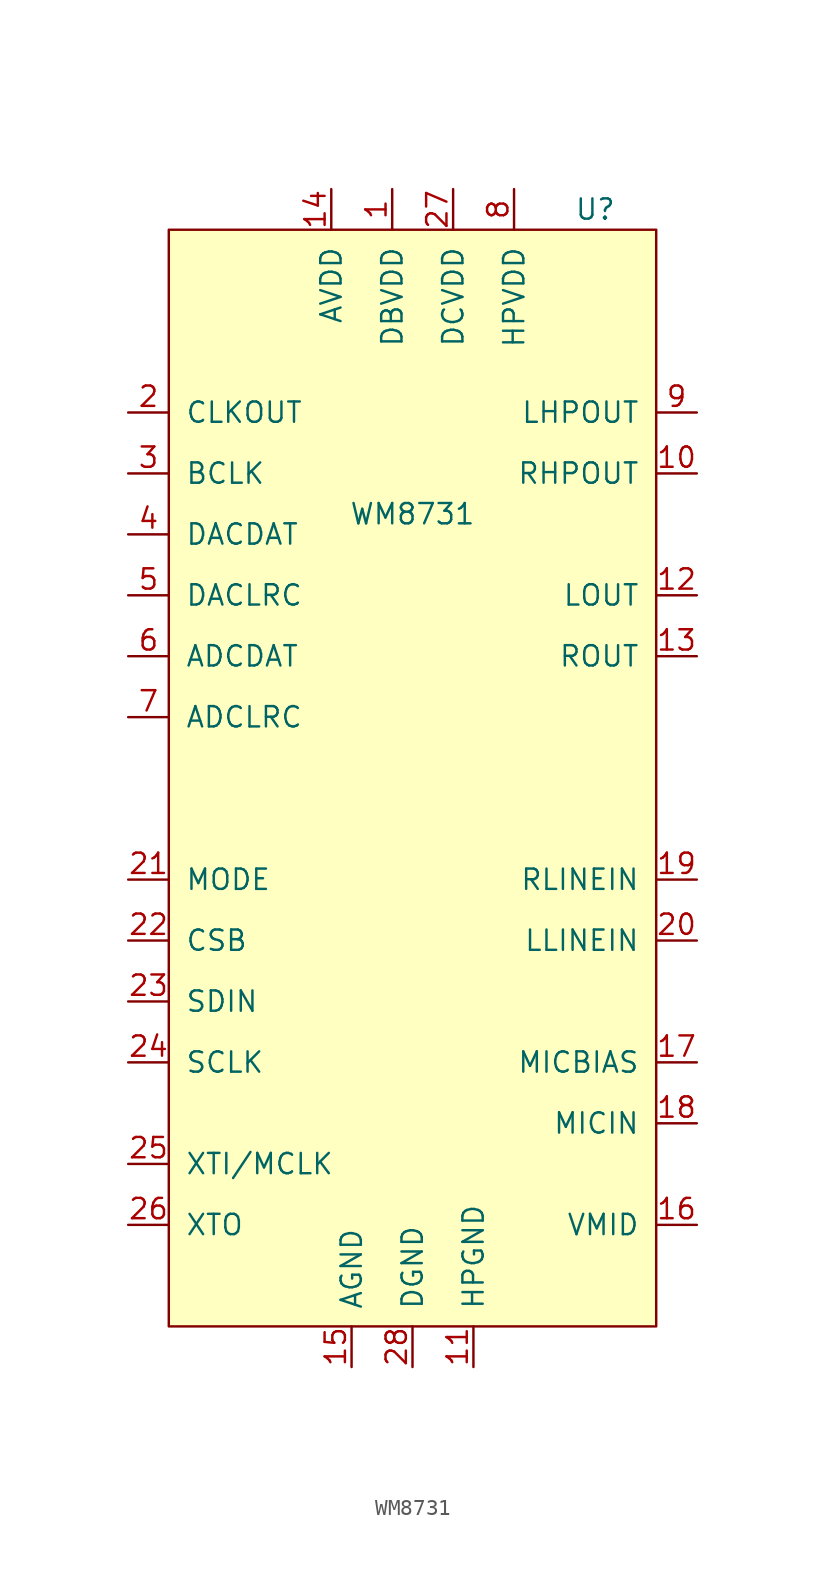
<source format=kicad_sym>
(kicad_symbol_lib
  (version 20211014)
  (generator kicad_symbol_editor)
  (symbol "WM8731"
    (pin_names
      (offset 1.016))
    (property "Reference" "U"
      (at 11.43 35.56 0)
      (effects (font (size 1.27 1.27))))
    (property "Value" "WM8731"
      (at 0 16.51 0)
      (effects (font (size 1.27 1.27))))
    (symbol "WM8731_0_1"
      (rectangle (start -15.24 34.29) (end 15.24 -34.29) (stroke (width 0) (type default) (color 0 0 0 0)) (fill (type background))))
    (symbol "WM8731_1_1"
      (pin power_in line (at -1.27 36.83 270) (length 2.54) (name "DBVDD" (effects (font (size 1.27 1.27)))) (number "1" (effects (font (size 1.27 1.27)))))
      (pin output line (at 17.78 19.05 180) (length 2.54) (name "RHPOUT" (effects (font (size 1.27 1.27)))) (number "10" (effects (font (size 1.27 1.27)))))
      (pin power_in line (at 3.81 -36.83 90) (length 2.54) (name "HPGND" (effects (font (size 1.27 1.27)))) (number "11" (effects (font (size 1.27 1.27)))))
      (pin output line (at 17.78 11.43 180) (length 2.54) (name "LOUT" (effects (font (size 1.27 1.27)))) (number "12" (effects (font (size 1.27 1.27)))))
      (pin output line (at 17.78 7.62 180) (length 2.54) (name "ROUT" (effects (font (size 1.27 1.27)))) (number "13" (effects (font (size 1.27 1.27)))))
      (pin power_in line (at -5.08 36.83 270) (length 2.54) (name "AVDD" (effects (font (size 1.27 1.27)))) (number "14" (effects (font (size 1.27 1.27)))))
      (pin power_in line (at -3.81 -36.83 90) (length 2.54) (name "AGND" (effects (font (size 1.27 1.27)))) (number "15" (effects (font (size 1.27 1.27)))))
      (pin output line (at 17.78 -27.94 180) (length 2.54) (name "VMID" (effects (font (size 1.27 1.27)))) (number "16" (effects (font (size 1.27 1.27)))))
      (pin output line (at 17.78 -17.78 180) (length 2.54) (name "MICBIAS" (effects (font (size 1.27 1.27)))) (number "17" (effects (font (size 1.27 1.27)))))
      (pin input line (at 17.78 -21.59 180) (length 2.54) (name "MICIN" (effects (font (size 1.27 1.27)))) (number "18" (effects (font (size 1.27 1.27)))))
      (pin input line (at 17.78 -6.35 180) (length 2.54) (name "RLINEIN" (effects (font (size 1.27 1.27)))) (number "19" (effects (font (size 1.27 1.27)))))
      (pin output line (at -17.78 22.86 0) (length 2.54) (name "CLKOUT" (effects (font (size 1.27 1.27)))) (number "2" (effects (font (size 1.27 1.27)))))
      (pin input line (at 17.78 -10.16 180) (length 2.54) (name "LLINEIN" (effects (font (size 1.27 1.27)))) (number "20" (effects (font (size 1.27 1.27)))))
      (pin input line (at -17.78 -6.35 0) (length 2.54) (name "MODE" (effects (font (size 1.27 1.27)))) (number "21" (effects (font (size 1.27 1.27)))))
      (pin input line (at -17.78 -10.16 0) (length 2.54) (name "CSB" (effects (font (size 1.27 1.27)))) (number "22" (effects (font (size 1.27 1.27)))))
      (pin bidirectional line (at -17.78 -13.97 0) (length 2.54) (name "SDIN" (effects (font (size 1.27 1.27)))) (number "23" (effects (font (size 1.27 1.27)))))
      (pin input line (at -17.78 -17.78 0) (length 2.54) (name "SCLK" (effects (font (size 1.27 1.27)))) (number "24" (effects (font (size 1.27 1.27)))))
      (pin input line (at -17.78 -24.13 0) (length 2.54) (name "XTI/MCLK" (effects (font (size 1.27 1.27)))) (number "25" (effects (font (size 1.27 1.27)))))
      (pin output line (at -17.78 -27.94 0) (length 2.54) (name "XTO" (effects (font (size 1.27 1.27)))) (number "26" (effects (font (size 1.27 1.27)))))
      (pin power_in line (at 2.54 36.83 270) (length 2.54) (name "DCVDD" (effects (font (size 1.27 1.27)))) (number "27" (effects (font (size 1.27 1.27)))))
      (pin power_in line (at 0 -36.83 90) (length 2.54) (name "DGND" (effects (font (size 1.27 1.27)))) (number "28" (effects (font (size 1.27 1.27)))))
      (pin bidirectional line (at -17.78 19.05 0) (length 2.54) (name "BCLK" (effects (font (size 1.27 1.27)))) (number "3" (effects (font (size 1.27 1.27)))))
      (pin input line (at -17.78 15.24 0) (length 2.54) (name "DACDAT" (effects (font (size 1.27 1.27)))) (number "4" (effects (font (size 1.27 1.27)))))
      (pin bidirectional line (at -17.78 11.43 0) (length 2.54) (name "DACLRC" (effects (font (size 1.27 1.27)))) (number "5" (effects (font (size 1.27 1.27)))))
      (pin output line (at -17.78 7.62 0) (length 2.54) (name "ADCDAT" (effects (font (size 1.27 1.27)))) (number "6" (effects (font (size 1.27 1.27)))))
      (pin bidirectional line (at -17.78 3.81 0) (length 2.54) (name "ADCLRC" (effects (font (size 1.27 1.27)))) (number "7" (effects (font (size 1.27 1.27)))))
      (pin power_in line (at 6.35 36.83 270) (length 2.54) (name "HPVDD" (effects (font (size 1.27 1.27)))) (number "8" (effects (font (size 1.27 1.27)))))
      (pin output line (at 17.78 22.86 180) (length 2.54) (name "LHPOUT" (effects (font (size 1.27 1.27)))) (number "9" (effects (font (size 1.27 1.27))))))))
</source>
